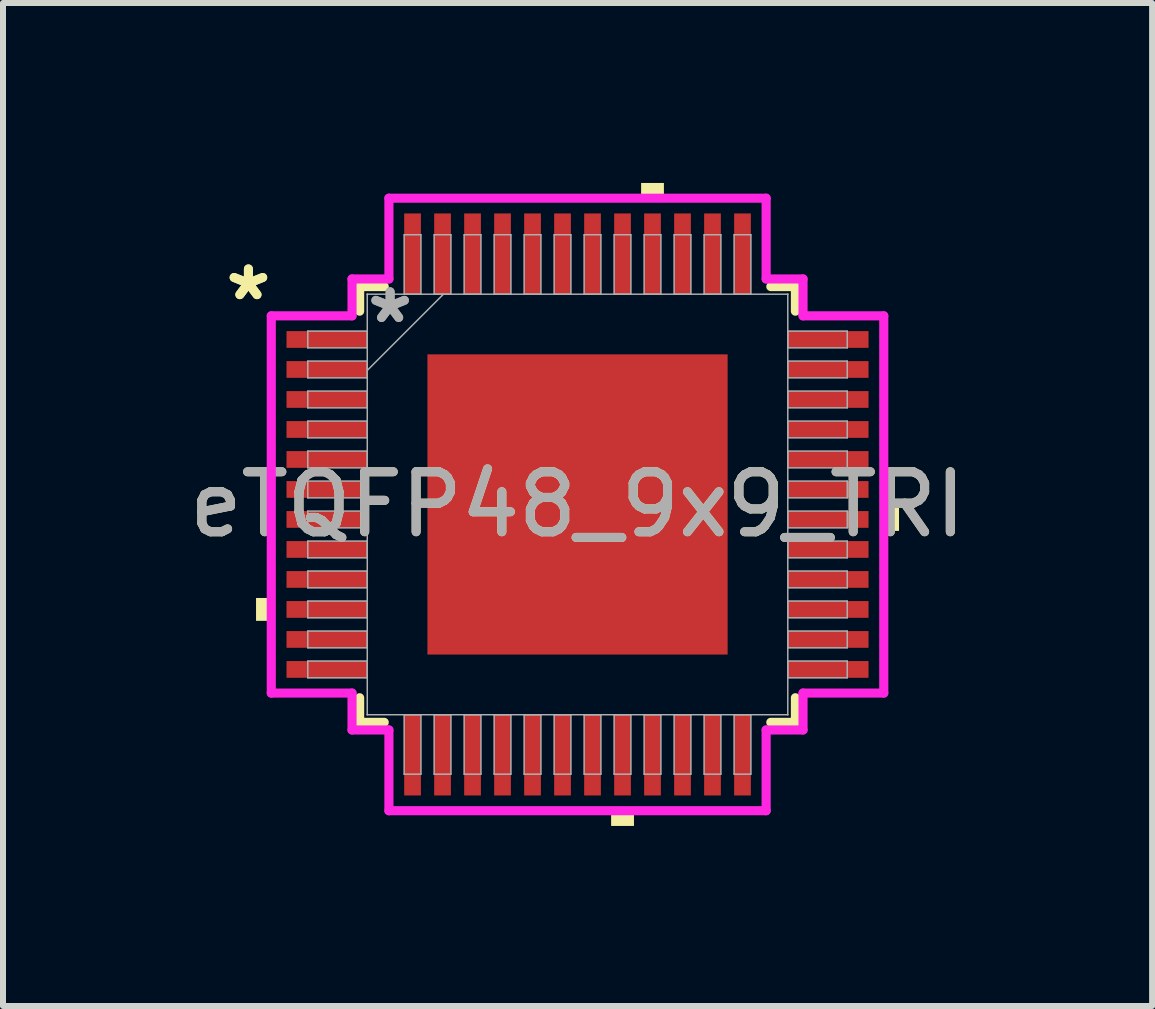
<source format=kicad_pcb>
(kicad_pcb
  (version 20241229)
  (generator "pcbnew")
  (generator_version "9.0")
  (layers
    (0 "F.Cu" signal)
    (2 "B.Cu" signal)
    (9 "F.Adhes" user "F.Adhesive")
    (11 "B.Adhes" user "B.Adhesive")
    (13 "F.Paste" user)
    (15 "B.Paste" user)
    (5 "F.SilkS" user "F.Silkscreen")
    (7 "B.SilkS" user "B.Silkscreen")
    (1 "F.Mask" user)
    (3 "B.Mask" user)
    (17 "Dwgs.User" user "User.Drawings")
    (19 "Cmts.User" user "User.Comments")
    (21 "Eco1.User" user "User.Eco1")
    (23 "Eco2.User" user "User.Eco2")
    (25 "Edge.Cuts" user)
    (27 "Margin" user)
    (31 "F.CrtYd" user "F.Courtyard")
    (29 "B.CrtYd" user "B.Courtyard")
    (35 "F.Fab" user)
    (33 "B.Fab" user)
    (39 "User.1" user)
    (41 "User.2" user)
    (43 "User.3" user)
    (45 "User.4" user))
  (footprint "eTQFP48_9x9_TRI"
    (layer "F.Cu")
    (at 6.577 5.359)
    (property "Reference" "eTQFP48_9x9_TRI" (at 0 0 0) (unlocked yes) (layer "F.SilkS") (effects (font (size 1 1) (thickness 0.15))))
    (attr smd)
    (fp_line (start -3.632 -3.632) (end -3.632 -3.222) (stroke (width 0.152) (type solid)) (layer "F.SilkS"))
    (fp_line (start -3.632 3.222) (end -3.632 3.632) (stroke (width 0.152) (type solid)) (layer "F.SilkS"))
    (fp_line (start -3.632 3.632) (end -3.222 3.632) (stroke (width 0.152) (type solid)) (layer "F.SilkS"))
    (fp_line (start -3.222 -3.632) (end -3.632 -3.632) (stroke (width 0.152) (type solid)) (layer "F.SilkS"))
    (fp_line (start 3.222 3.632) (end 3.632 3.632) (stroke (width 0.152) (type solid)) (layer "F.SilkS"))
    (fp_line (start 3.632 -3.632) (end 3.222 -3.632) (stroke (width 0.152) (type solid)) (layer "F.SilkS"))
    (fp_line (start 3.632 -3.222) (end 3.632 -3.632) (stroke (width 0.152) (type solid)) (layer "F.SilkS"))
    (fp_line (start 3.632 3.632) (end 3.632 3.222) (stroke (width 0.152) (type solid)) (layer "F.SilkS"))
    (fp_poly (pts (xy -5.359 1.559) (xy -5.359 1.94) (xy -5.105 1.94) (xy -5.105 1.559)) (stroke (width 0) (type solid)) (fill yes) (layer "F.SilkS"))
    (fp_poly (pts (xy 0.56 5.105) (xy 0.56 5.359) (xy 0.941 5.359) (xy 0.941 5.105)) (stroke (width 0) (type solid)) (fill yes) (layer "F.SilkS"))
    (fp_poly (pts (xy 1.06 -5.105) (xy 1.06 -5.359) (xy 1.44 -5.359) (xy 1.44 -5.105)) (stroke (width 0) (type solid)) (fill yes) (layer "F.SilkS"))
    (fp_poly (pts (xy 5.359 0.059) (xy 5.359 0.441) (xy 5.105 0.441) (xy 5.105 0.059)) (stroke (width 0) (type solid)) (fill yes) (layer "F.SilkS"))
    (fp_poly (pts (xy -2.402 -2.402) (xy -2.402 -0.934) (xy -0.934 -0.934) (xy -0.934 -2.402)) (stroke (width 0) (type solid)) (fill yes) (layer "F.Paste"))
    (fp_poly (pts (xy -2.402 -0.734) (xy -2.402 0.734) (xy -0.934 0.734) (xy -0.934 -0.734)) (stroke (width 0) (type solid)) (fill yes) (layer "F.Paste"))
    (fp_poly (pts (xy -2.402 0.934) (xy -2.402 2.402) (xy -0.934 2.402) (xy -0.934 0.934)) (stroke (width 0) (type solid)) (fill yes) (layer "F.Paste"))
    (fp_poly (pts (xy -0.734 -2.402) (xy -0.734 -0.934) (xy 0.734 -0.934) (xy 0.734 -2.402)) (stroke (width 0) (type solid)) (fill yes) (layer "F.Paste"))
    (fp_poly (pts (xy -0.734 -0.734) (xy -0.734 0.734) (xy 0.734 0.734) (xy 0.734 -0.734)) (stroke (width 0) (type solid)) (fill yes) (layer "F.Paste"))
    (fp_poly (pts (xy -0.734 0.934) (xy -0.734 2.402) (xy 0.734 2.402) (xy 0.734 0.934)) (stroke (width 0) (type solid)) (fill yes) (layer "F.Paste"))
    (fp_poly (pts (xy 0.934 -2.402) (xy 0.934 -0.934) (xy 2.402 -0.934) (xy 2.402 -2.402)) (stroke (width 0) (type solid)) (fill yes) (layer "F.Paste"))
    (fp_poly (pts (xy 0.934 -0.734) (xy 0.934 0.734) (xy 2.402 0.734) (xy 2.402 -0.734)) (stroke (width 0) (type solid)) (fill yes) (layer "F.Paste"))
    (fp_poly (pts (xy 0.934 0.934) (xy 0.934 2.402) (xy 2.402 2.402) (xy 2.402 0.934)) (stroke (width 0) (type solid)) (fill yes) (layer "F.Paste"))
    (fp_line (start -5.105 -3.144) (end -3.759 -3.144) (stroke (width 0.152) (type solid)) (layer "F.CrtYd"))
    (fp_line (start -5.105 3.144) (end -5.105 -3.144) (stroke (width 0.152) (type solid)) (layer "F.CrtYd"))
    (fp_line (start -3.759 -3.759) (end -3.144 -3.759) (stroke (width 0.152) (type solid)) (layer "F.CrtYd"))
    (fp_line (start -3.759 -3.144) (end -3.759 -3.759) (stroke (width 0.152) (type solid)) (layer "F.CrtYd"))
    (fp_line (start -3.759 3.144) (end -5.105 3.144) (stroke (width 0.152) (type solid)) (layer "F.CrtYd"))
    (fp_line (start -3.759 3.759) (end -3.759 3.144) (stroke (width 0.152) (type solid)) (layer "F.CrtYd"))
    (fp_line (start -3.759 3.759) (end -3.144 3.759) (stroke (width 0.152) (type solid)) (layer "F.CrtYd"))
    (fp_line (start -3.144 -5.105) (end 3.144 -5.105) (stroke (width 0.152) (type solid)) (layer "F.CrtYd"))
    (fp_line (start -3.144 -3.759) (end -3.144 -5.105) (stroke (width 0.152) (type solid)) (layer "F.CrtYd"))
    (fp_line (start -3.144 3.759) (end -3.144 5.105) (stroke (width 0.152) (type solid)) (layer "F.CrtYd"))
    (fp_line (start -3.144 5.105) (end 3.144 5.105) (stroke (width 0.152) (type solid)) (layer "F.CrtYd"))
    (fp_line (start 3.144 -5.105) (end 3.144 -3.759) (stroke (width 0.152) (type solid)) (layer "F.CrtYd"))
    (fp_line (start 3.144 -3.759) (end 3.759 -3.759) (stroke (width 0.152) (type solid)) (layer "F.CrtYd"))
    (fp_line (start 3.144 3.759) (end 3.759 3.759) (stroke (width 0.152) (type solid)) (layer "F.CrtYd"))
    (fp_line (start 3.144 5.105) (end 3.144 3.759) (stroke (width 0.152) (type solid)) (layer "F.CrtYd"))
    (fp_line (start 3.759 -3.144) (end 3.759 -3.759) (stroke (width 0.152) (type solid)) (layer "F.CrtYd"))
    (fp_line (start 3.759 3.144) (end 5.105 3.144) (stroke (width 0.152) (type solid)) (layer "F.CrtYd"))
    (fp_line (start 3.759 3.759) (end 3.759 3.144) (stroke (width 0.152) (type solid)) (layer "F.CrtYd"))
    (fp_line (start 5.105 -3.144) (end 3.759 -3.144) (stroke (width 0.152) (type solid)) (layer "F.CrtYd"))
    (fp_line (start 5.105 3.144) (end 5.105 -3.144) (stroke (width 0.152) (type solid)) (layer "F.CrtYd"))
    (fp_line (start -4.496 -2.89) (end -4.496 -2.61) (stroke (width 0.025) (type solid)) (layer "F.Fab"))
    (fp_line (start -4.496 -2.61) (end -3.505 -2.61) (stroke (width 0.025) (type solid)) (layer "F.Fab"))
    (fp_line (start -4.496 -2.39) (end -4.496 -2.11) (stroke (width 0.025) (type solid)) (layer "F.Fab"))
    (fp_line (start -4.496 -2.11) (end -3.505 -2.11) (stroke (width 0.025) (type solid)) (layer "F.Fab"))
    (fp_line (start -4.496 -1.89) (end -4.496 -1.61) (stroke (width 0.025) (type solid)) (layer "F.Fab"))
    (fp_line (start -4.496 -1.61) (end -3.505 -1.61) (stroke (width 0.025) (type solid)) (layer "F.Fab"))
    (fp_line (start -4.496 -1.39) (end -4.496 -1.11) (stroke (width 0.025) (type solid)) (layer "F.Fab"))
    (fp_line (start -4.496 -1.11) (end -3.505 -1.11) (stroke (width 0.025) (type solid)) (layer "F.Fab"))
    (fp_line (start -4.496 -0.89) (end -4.496 -0.61) (stroke (width 0.025) (type solid)) (layer "F.Fab"))
    (fp_line (start -4.496 -0.61) (end -3.505 -0.61) (stroke (width 0.025) (type solid)) (layer "F.Fab"))
    (fp_line (start -4.496 -0.39) (end -4.496 -0.11) (stroke (width 0.025) (type solid)) (layer "F.Fab"))
    (fp_line (start -4.496 -0.11) (end -3.505 -0.11) (stroke (width 0.025) (type solid)) (layer "F.Fab"))
    (fp_line (start -4.496 0.11) (end -4.496 0.39) (stroke (width 0.025) (type solid)) (layer "F.Fab"))
    (fp_line (start -4.496 0.39) (end -3.505 0.39) (stroke (width 0.025) (type solid)) (layer "F.Fab"))
    (fp_line (start -4.496 0.61) (end -4.496 0.89) (stroke (width 0.025) (type solid)) (layer "F.Fab"))
    (fp_line (start -4.496 0.89) (end -3.505 0.89) (stroke (width 0.025) (type solid)) (layer "F.Fab"))
    (fp_line (start -4.496 1.11) (end -4.496 1.39) (stroke (width 0.025) (type solid)) (layer "F.Fab"))
    (fp_line (start -4.496 1.39) (end -3.505 1.39) (stroke (width 0.025) (type solid)) (layer "F.Fab"))
    (fp_line (start -4.496 1.61) (end -4.496 1.89) (stroke (width 0.025) (type solid)) (layer "F.Fab"))
    (fp_line (start -4.496 1.89) (end -3.505 1.89) (stroke (width 0.025) (type solid)) (layer "F.Fab"))
    (fp_line (start -4.496 2.11) (end -4.496 2.39) (stroke (width 0.025) (type solid)) (layer "F.Fab"))
    (fp_line (start -4.496 2.39) (end -3.505 2.39) (stroke (width 0.025) (type solid)) (layer "F.Fab"))
    (fp_line (start -4.496 2.61) (end -4.496 2.89) (stroke (width 0.025) (type solid)) (layer "F.Fab"))
    (fp_line (start -4.496 2.89) (end -3.505 2.89) (stroke (width 0.025) (type solid)) (layer "F.Fab"))
    (fp_line (start -3.505 -3.505) (end -3.505 -3.505) (stroke (width 0.025) (type solid)) (layer "F.Fab"))
    (fp_line (start -3.505 -3.505) (end -3.505 3.505) (stroke (width 0.025) (type solid)) (layer "F.Fab"))
    (fp_line (start -3.505 -2.89) (end -4.496 -2.89) (stroke (width 0.025) (type solid)) (layer "F.Fab"))
    (fp_line (start -3.505 -2.61) (end -3.505 -2.89) (stroke (width 0.025) (type solid)) (layer "F.Fab"))
    (fp_line (start -3.505 -2.39) (end -4.496 -2.39) (stroke (width 0.025) (type solid)) (layer "F.Fab"))
    (fp_line (start -3.505 -2.235) (end -2.235 -3.505) (stroke (width 0.025) (type solid)) (layer "F.Fab"))
    (fp_line (start -3.505 -2.11) (end -3.505 -2.39) (stroke (width 0.025) (type solid)) (layer "F.Fab"))
    (fp_line (start -3.505 -1.89) (end -4.496 -1.89) (stroke (width 0.025) (type solid)) (layer "F.Fab"))
    (fp_line (start -3.505 -1.61) (end -3.505 -1.89) (stroke (width 0.025) (type solid)) (layer "F.Fab"))
    (fp_line (start -3.505 -1.39) (end -4.496 -1.39) (stroke (width 0.025) (type solid)) (layer "F.Fab"))
    (fp_line (start -3.505 -1.11) (end -3.505 -1.39) (stroke (width 0.025) (type solid)) (layer "F.Fab"))
    (fp_line (start -3.505 -0.89) (end -4.496 -0.89) (stroke (width 0.025) (type solid)) (layer "F.Fab"))
    (fp_line (start -3.505 -0.61) (end -3.505 -0.89) (stroke (width 0.025) (type solid)) (layer "F.Fab"))
    (fp_line (start -3.505 -0.39) (end -4.496 -0.39) (stroke (width 0.025) (type solid)) (layer "F.Fab"))
    (fp_line (start -3.505 -0.11) (end -3.505 -0.39) (stroke (width 0.025) (type solid)) (layer "F.Fab"))
    (fp_line (start -3.505 0.11) (end -4.496 0.11) (stroke (width 0.025) (type solid)) (layer "F.Fab"))
    (fp_line (start -3.505 0.39) (end -3.505 0.11) (stroke (width 0.025) (type solid)) (layer "F.Fab"))
    (fp_line (start -3.505 0.61) (end -4.496 0.61) (stroke (width 0.025) (type solid)) (layer "F.Fab"))
    (fp_line (start -3.505 0.89) (end -3.505 0.61) (stroke (width 0.025) (type solid)) (layer "F.Fab"))
    (fp_line (start -3.505 1.11) (end -4.496 1.11) (stroke (width 0.025) (type solid)) (layer "F.Fab"))
    (fp_line (start -3.505 1.39) (end -3.505 1.11) (stroke (width 0.025) (type solid)) (layer "F.Fab"))
    (fp_line (start -3.505 1.61) (end -4.496 1.61) (stroke (width 0.025) (type solid)) (layer "F.Fab"))
    (fp_line (start -3.505 1.89) (end -3.505 1.61) (stroke (width 0.025) (type solid)) (layer "F.Fab"))
    (fp_line (start -3.505 2.11) (end -4.496 2.11) (stroke (width 0.025) (type solid)) (layer "F.Fab"))
    (fp_line (start -3.505 2.39) (end -3.505 2.11) (stroke (width 0.025) (type solid)) (layer "F.Fab"))
    (fp_line (start -3.505 2.61) (end -4.496 2.61) (stroke (width 0.025) (type solid)) (layer "F.Fab"))
    (fp_line (start -3.505 2.89) (end -3.505 2.61) (stroke (width 0.025) (type solid)) (layer "F.Fab"))
    (fp_line (start -3.505 3.505) (end -3.505 3.505) (stroke (width 0.025) (type solid)) (layer "F.Fab"))
    (fp_line (start -3.505 3.505) (end 3.505 3.505) (stroke (width 0.025) (type solid)) (layer "F.Fab"))
    (fp_line (start -2.89 -4.496) (end -2.89 -3.505) (stroke (width 0.025) (type solid)) (layer "F.Fab"))
    (fp_line (start -2.89 -3.505) (end -2.61 -3.505) (stroke (width 0.025) (type solid)) (layer "F.Fab"))
    (fp_line (start -2.89 3.505) (end -2.89 4.496) (stroke (width 0.025) (type solid)) (layer "F.Fab"))
    (fp_line (start -2.89 4.496) (end -2.61 4.496) (stroke (width 0.025) (type solid)) (layer "F.Fab"))
    (fp_line (start -2.61 -4.496) (end -2.89 -4.496) (stroke (width 0.025) (type solid)) (layer "F.Fab"))
    (fp_line (start -2.61 -3.505) (end -2.61 -4.496) (stroke (width 0.025) (type solid)) (layer "F.Fab"))
    (fp_line (start -2.61 3.505) (end -2.89 3.505) (stroke (width 0.025) (type solid)) (layer "F.Fab"))
    (fp_line (start -2.61 4.496) (end -2.61 3.505) (stroke (width 0.025) (type solid)) (layer "F.Fab"))
    (fp_line (start -2.39 -4.496) (end -2.39 -3.505) (stroke (width 0.025) (type solid)) (layer "F.Fab"))
    (fp_line (start -2.39 -3.505) (end -2.11 -3.505) (stroke (width 0.025) (type solid)) (layer "F.Fab"))
    (fp_line (start -2.39 3.505) (end -2.39 4.496) (stroke (width 0.025) (type solid)) (layer "F.Fab"))
    (fp_line (start -2.39 4.496) (end -2.11 4.496) (stroke (width 0.025) (type solid)) (layer "F.Fab"))
    (fp_line (start -2.11 -4.496) (end -2.39 -4.496) (stroke (width 0.025) (type solid)) (layer "F.Fab"))
    (fp_line (start -2.11 -3.505) (end -2.11 -4.496) (stroke (width 0.025) (type solid)) (layer "F.Fab"))
    (fp_line (start -2.11 3.505) (end -2.39 3.505) (stroke (width 0.025) (type solid)) (layer "F.Fab"))
    (fp_line (start -2.11 4.496) (end -2.11 3.505) (stroke (width 0.025) (type solid)) (layer "F.Fab"))
    (fp_line (start -1.89 -4.496) (end -1.89 -3.505) (stroke (width 0.025) (type solid)) (layer "F.Fab"))
    (fp_line (start -1.89 -3.505) (end -1.61 -3.505) (stroke (width 0.025) (type solid)) (layer "F.Fab"))
    (fp_line (start -1.89 3.505) (end -1.89 4.496) (stroke (width 0.025) (type solid)) (layer "F.Fab"))
    (fp_line (start -1.89 4.496) (end -1.61 4.496) (stroke (width 0.025) (type solid)) (layer "F.Fab"))
    (fp_line (start -1.61 -4.496) (end -1.89 -4.496) (stroke (width 0.025) (type solid)) (layer "F.Fab"))
    (fp_line (start -1.61 -3.505) (end -1.61 -4.496) (stroke (width 0.025) (type solid)) (layer "F.Fab"))
    (fp_line (start -1.61 3.505) (end -1.89 3.505) (stroke (width 0.025) (type solid)) (layer "F.Fab"))
    (fp_line (start -1.61 4.496) (end -1.61 3.505) (stroke (width 0.025) (type solid)) (layer "F.Fab"))
    (fp_line (start -1.39 -4.496) (end -1.39 -3.505) (stroke (width 0.025) (type solid)) (layer "F.Fab"))
    (fp_line (start -1.39 -3.505) (end -1.11 -3.505) (stroke (width 0.025) (type solid)) (layer "F.Fab"))
    (fp_line (start -1.39 3.505) (end -1.39 4.496) (stroke (width 0.025) (type solid)) (layer "F.Fab"))
    (fp_line (start -1.39 4.496) (end -1.11 4.496) (stroke (width 0.025) (type solid)) (layer "F.Fab"))
    (fp_line (start -1.11 -4.496) (end -1.39 -4.496) (stroke (width 0.025) (type solid)) (layer "F.Fab"))
    (fp_line (start -1.11 -3.505) (end -1.11 -4.496) (stroke (width 0.025) (type solid)) (layer "F.Fab"))
    (fp_line (start -1.11 3.505) (end -1.39 3.505) (stroke (width 0.025) (type solid)) (layer "F.Fab"))
    (fp_line (start -1.11 4.496) (end -1.11 3.505) (stroke (width 0.025) (type solid)) (layer "F.Fab"))
    (fp_line (start -0.89 -4.496) (end -0.89 -3.505) (stroke (width 0.025) (type solid)) (layer "F.Fab"))
    (fp_line (start -0.89 -3.505) (end -0.61 -3.505) (stroke (width 0.025) (type solid)) (layer "F.Fab"))
    (fp_line (start -0.89 3.505) (end -0.89 4.496) (stroke (width 0.025) (type solid)) (layer "F.Fab"))
    (fp_line (start -0.89 4.496) (end -0.61 4.496) (stroke (width 0.025) (type solid)) (layer "F.Fab"))
    (fp_line (start -0.61 -4.496) (end -0.89 -4.496) (stroke (width 0.025) (type solid)) (layer "F.Fab"))
    (fp_line (start -0.61 -3.505) (end -0.61 -4.496) (stroke (width 0.025) (type solid)) (layer "F.Fab"))
    (fp_line (start -0.61 3.505) (end -0.89 3.505) (stroke (width 0.025) (type solid)) (layer "F.Fab"))
    (fp_line (start -0.61 4.496) (end -0.61 3.505) (stroke (width 0.025) (type solid)) (layer "F.Fab"))
    (fp_line (start -0.39 -4.496) (end -0.39 -3.505) (stroke (width 0.025) (type solid)) (layer "F.Fab"))
    (fp_line (start -0.39 -3.505) (end -0.11 -3.505) (stroke (width 0.025) (type solid)) (layer "F.Fab"))
    (fp_line (start -0.39 3.505) (end -0.39 4.496) (stroke (width 0.025) (type solid)) (layer "F.Fab"))
    (fp_line (start -0.39 4.496) (end -0.11 4.496) (stroke (width 0.025) (type solid)) (layer "F.Fab"))
    (fp_line (start -0.11 -4.496) (end -0.39 -4.496) (stroke (width 0.025) (type solid)) (layer "F.Fab"))
    (fp_line (start -0.11 -3.505) (end -0.11 -4.496) (stroke (width 0.025) (type solid)) (layer "F.Fab"))
    (fp_line (start -0.11 3.505) (end -0.39 3.505) (stroke (width 0.025) (type solid)) (layer "F.Fab"))
    (fp_line (start -0.11 4.496) (end -0.11 3.505) (stroke (width 0.025) (type solid)) (layer "F.Fab"))
    (fp_line (start 0.11 -4.496) (end 0.11 -3.505) (stroke (width 0.025) (type solid)) (layer "F.Fab"))
    (fp_line (start 0.11 -3.505) (end 0.39 -3.505) (stroke (width 0.025) (type solid)) (layer "F.Fab"))
    (fp_line (start 0.11 3.505) (end 0.11 4.496) (stroke (width 0.025) (type solid)) (layer "F.Fab"))
    (fp_line (start 0.11 4.496) (end 0.39 4.496) (stroke (width 0.025) (type solid)) (layer "F.Fab"))
    (fp_line (start 0.39 -4.496) (end 0.11 -4.496) (stroke (width 0.025) (type solid)) (layer "F.Fab"))
    (fp_line (start 0.39 -3.505) (end 0.39 -4.496) (stroke (width 0.025) (type solid)) (layer "F.Fab"))
    (fp_line (start 0.39 3.505) (end 0.11 3.505) (stroke (width 0.025) (type solid)) (layer "F.Fab"))
    (fp_line (start 0.39 4.496) (end 0.39 3.505) (stroke (width 0.025) (type solid)) (layer "F.Fab"))
    (fp_line (start 0.61 -4.496) (end 0.61 -3.505) (stroke (width 0.025) (type solid)) (layer "F.Fab"))
    (fp_line (start 0.61 -3.505) (end 0.89 -3.505) (stroke (width 0.025) (type solid)) (layer "F.Fab"))
    (fp_line (start 0.61 3.505) (end 0.61 4.496) (stroke (width 0.025) (type solid)) (layer "F.Fab"))
    (fp_line (start 0.61 4.496) (end 0.89 4.496) (stroke (width 0.025) (type solid)) (layer "F.Fab"))
    (fp_line (start 0.89 -4.496) (end 0.61 -4.496) (stroke (width 0.025) (type solid)) (layer "F.Fab"))
    (fp_line (start 0.89 -3.505) (end 0.89 -4.496) (stroke (width 0.025) (type solid)) (layer "F.Fab"))
    (fp_line (start 0.89 3.505) (end 0.61 3.505) (stroke (width 0.025) (type solid)) (layer "F.Fab"))
    (fp_line (start 0.89 4.496) (end 0.89 3.505) (stroke (width 0.025) (type solid)) (layer "F.Fab"))
    (fp_line (start 1.11 -4.496) (end 1.11 -3.505) (stroke (width 0.025) (type solid)) (layer "F.Fab"))
    (fp_line (start 1.11 -3.505) (end 1.39 -3.505) (stroke (width 0.025) (type solid)) (layer "F.Fab"))
    (fp_line (start 1.11 3.505) (end 1.11 4.496) (stroke (width 0.025) (type solid)) (layer "F.Fab"))
    (fp_line (start 1.11 4.496) (end 1.39 4.496) (stroke (width 0.025) (type solid)) (layer "F.Fab"))
    (fp_line (start 1.39 -4.496) (end 1.11 -4.496) (stroke (width 0.025) (type solid)) (layer "F.Fab"))
    (fp_line (start 1.39 -3.505) (end 1.39 -4.496) (stroke (width 0.025) (type solid)) (layer "F.Fab"))
    (fp_line (start 1.39 3.505) (end 1.11 3.505) (stroke (width 0.025) (type solid)) (layer "F.Fab"))
    (fp_line (start 1.39 4.496) (end 1.39 3.505) (stroke (width 0.025) (type solid)) (layer "F.Fab"))
    (fp_line (start 1.61 -4.496) (end 1.61 -3.505) (stroke (width 0.025) (type solid)) (layer "F.Fab"))
    (fp_line (start 1.61 -3.505) (end 1.89 -3.505) (stroke (width 0.025) (type solid)) (layer "F.Fab"))
    (fp_line (start 1.61 3.505) (end 1.61 4.496) (stroke (width 0.025) (type solid)) (layer "F.Fab"))
    (fp_line (start 1.61 4.496) (end 1.89 4.496) (stroke (width 0.025) (type solid)) (layer "F.Fab"))
    (fp_line (start 1.89 -4.496) (end 1.61 -4.496) (stroke (width 0.025) (type solid)) (layer "F.Fab"))
    (fp_line (start 1.89 -3.505) (end 1.89 -4.496) (stroke (width 0.025) (type solid)) (layer "F.Fab"))
    (fp_line (start 1.89 3.505) (end 1.61 3.505) (stroke (width 0.025) (type solid)) (layer "F.Fab"))
    (fp_line (start 1.89 4.496) (end 1.89 3.505) (stroke (width 0.025) (type solid)) (layer "F.Fab"))
    (fp_line (start 2.11 -4.496) (end 2.11 -3.505) (stroke (width 0.025) (type solid)) (layer "F.Fab"))
    (fp_line (start 2.11 -3.505) (end 2.39 -3.505) (stroke (width 0.025) (type solid)) (layer "F.Fab"))
    (fp_line (start 2.11 3.505) (end 2.11 4.496) (stroke (width 0.025) (type solid)) (layer "F.Fab"))
    (fp_line (start 2.11 4.496) (end 2.39 4.496) (stroke (width 0.025) (type solid)) (layer "F.Fab"))
    (fp_line (start 2.39 -4.496) (end 2.11 -4.496) (stroke (width 0.025) (type solid)) (layer "F.Fab"))
    (fp_line (start 2.39 -3.505) (end 2.39 -4.496) (stroke (width 0.025) (type solid)) (layer "F.Fab"))
    (fp_line (start 2.39 3.505) (end 2.11 3.505) (stroke (width 0.025) (type solid)) (layer "F.Fab"))
    (fp_line (start 2.39 4.496) (end 2.39 3.505) (stroke (width 0.025) (type solid)) (layer "F.Fab"))
    (fp_line (start 2.61 -4.496) (end 2.61 -3.505) (stroke (width 0.025) (type solid)) (layer "F.Fab"))
    (fp_line (start 2.61 -3.505) (end 2.89 -3.505) (stroke (width 0.025) (type solid)) (layer "F.Fab"))
    (fp_line (start 2.61 3.505) (end 2.61 4.496) (stroke (width 0.025) (type solid)) (layer "F.Fab"))
    (fp_line (start 2.61 4.496) (end 2.89 4.496) (stroke (width 0.025) (type solid)) (layer "F.Fab"))
    (fp_line (start 2.89 -4.496) (end 2.61 -4.496) (stroke (width 0.025) (type solid)) (layer "F.Fab"))
    (fp_line (start 2.89 -3.505) (end 2.89 -4.496) (stroke (width 0.025) (type solid)) (layer "F.Fab"))
    (fp_line (start 2.89 3.505) (end 2.61 3.505) (stroke (width 0.025) (type solid)) (layer "F.Fab"))
    (fp_line (start 2.89 4.496) (end 2.89 3.505) (stroke (width 0.025) (type solid)) (layer "F.Fab"))
    (fp_line (start 3.505 -3.505) (end -3.505 -3.505) (stroke (width 0.025) (type solid)) (layer "F.Fab"))
    (fp_line (start 3.505 -3.505) (end 3.505 -3.505) (stroke (width 0.025) (type solid)) (layer "F.Fab"))
    (fp_line (start 3.505 -2.89) (end 3.505 -2.61) (stroke (width 0.025) (type solid)) (layer "F.Fab"))
    (fp_line (start 3.505 -2.61) (end 4.496 -2.61) (stroke (width 0.025) (type solid)) (layer "F.Fab"))
    (fp_line (start 3.505 -2.39) (end 3.505 -2.11) (stroke (width 0.025) (type solid)) (layer "F.Fab"))
    (fp_line (start 3.505 -2.11) (end 4.496 -2.11) (stroke (width 0.025) (type solid)) (layer "F.Fab"))
    (fp_line (start 3.505 -1.89) (end 3.505 -1.61) (stroke (width 0.025) (type solid)) (layer "F.Fab"))
    (fp_line (start 3.505 -1.61) (end 4.496 -1.61) (stroke (width 0.025) (type solid)) (layer "F.Fab"))
    (fp_line (start 3.505 -1.39) (end 3.505 -1.11) (stroke (width 0.025) (type solid)) (layer "F.Fab"))
    (fp_line (start 3.505 -1.11) (end 4.496 -1.11) (stroke (width 0.025) (type solid)) (layer "F.Fab"))
    (fp_line (start 3.505 -0.89) (end 3.505 -0.61) (stroke (width 0.025) (type solid)) (layer "F.Fab"))
    (fp_line (start 3.505 -0.61) (end 4.496 -0.61) (stroke (width 0.025) (type solid)) (layer "F.Fab"))
    (fp_line (start 3.505 -0.39) (end 3.505 -0.11) (stroke (width 0.025) (type solid)) (layer "F.Fab"))
    (fp_line (start 3.505 -0.11) (end 4.496 -0.11) (stroke (width 0.025) (type solid)) (layer "F.Fab"))
    (fp_line (start 3.505 0.11) (end 3.505 0.39) (stroke (width 0.025) (type solid)) (layer "F.Fab"))
    (fp_line (start 3.505 0.39) (end 4.496 0.39) (stroke (width 0.025) (type solid)) (layer "F.Fab"))
    (fp_line (start 3.505 0.61) (end 3.505 0.89) (stroke (width 0.025) (type solid)) (layer "F.Fab"))
    (fp_line (start 3.505 0.89) (end 4.496 0.89) (stroke (width 0.025) (type solid)) (layer "F.Fab"))
    (fp_line (start 3.505 1.11) (end 3.505 1.39) (stroke (width 0.025) (type solid)) (layer "F.Fab"))
    (fp_line (start 3.505 1.39) (end 4.496 1.39) (stroke (width 0.025) (type solid)) (layer "F.Fab"))
    (fp_line (start 3.505 1.61) (end 3.505 1.89) (stroke (width 0.025) (type solid)) (layer "F.Fab"))
    (fp_line (start 3.505 1.89) (end 4.496 1.89) (stroke (width 0.025) (type solid)) (layer "F.Fab"))
    (fp_line (start 3.505 2.11) (end 3.505 2.39) (stroke (width 0.025) (type solid)) (layer "F.Fab"))
    (fp_line (start 3.505 2.39) (end 4.496 2.39) (stroke (width 0.025) (type solid)) (layer "F.Fab"))
    (fp_line (start 3.505 2.61) (end 3.505 2.89) (stroke (width 0.025) (type solid)) (layer "F.Fab"))
    (fp_line (start 3.505 2.89) (end 4.496 2.89) (stroke (width 0.025) (type solid)) (layer "F.Fab"))
    (fp_line (start 3.505 3.505) (end 3.505 -3.505) (stroke (width 0.025) (type solid)) (layer "F.Fab"))
    (fp_line (start 3.505 3.505) (end 3.505 3.505) (stroke (width 0.025) (type solid)) (layer "F.Fab"))
    (fp_line (start 4.496 -2.89) (end 3.505 -2.89) (stroke (width 0.025) (type solid)) (layer "F.Fab"))
    (fp_line (start 4.496 -2.61) (end 4.496 -2.89) (stroke (width 0.025) (type solid)) (layer "F.Fab"))
    (fp_line (start 4.496 -2.39) (end 3.505 -2.39) (stroke (width 0.025) (type solid)) (layer "F.Fab"))
    (fp_line (start 4.496 -2.11) (end 4.496 -2.39) (stroke (width 0.025) (type solid)) (layer "F.Fab"))
    (fp_line (start 4.496 -1.89) (end 3.505 -1.89) (stroke (width 0.025) (type solid)) (layer "F.Fab"))
    (fp_line (start 4.496 -1.61) (end 4.496 -1.89) (stroke (width 0.025) (type solid)) (layer "F.Fab"))
    (fp_line (start 4.496 -1.39) (end 3.505 -1.39) (stroke (width 0.025) (type solid)) (layer "F.Fab"))
    (fp_line (start 4.496 -1.11) (end 4.496 -1.39) (stroke (width 0.025) (type solid)) (layer "F.Fab"))
    (fp_line (start 4.496 -0.89) (end 3.505 -0.89) (stroke (width 0.025) (type solid)) (layer "F.Fab"))
    (fp_line (start 4.496 -0.61) (end 4.496 -0.89) (stroke (width 0.025) (type solid)) (layer "F.Fab"))
    (fp_line (start 4.496 -0.39) (end 3.505 -0.39) (stroke (width 0.025) (type solid)) (layer "F.Fab"))
    (fp_line (start 4.496 -0.11) (end 4.496 -0.39) (stroke (width 0.025) (type solid)) (layer "F.Fab"))
    (fp_line (start 4.496 0.11) (end 3.505 0.11) (stroke (width 0.025) (type solid)) (layer "F.Fab"))
    (fp_line (start 4.496 0.39) (end 4.496 0.11) (stroke (width 0.025) (type solid)) (layer "F.Fab"))
    (fp_line (start 4.496 0.61) (end 3.505 0.61) (stroke (width 0.025) (type solid)) (layer "F.Fab"))
    (fp_line (start 4.496 0.89) (end 4.496 0.61) (stroke (width 0.025) (type solid)) (layer "F.Fab"))
    (fp_line (start 4.496 1.11) (end 3.505 1.11) (stroke (width 0.025) (type solid)) (layer "F.Fab"))
    (fp_line (start 4.496 1.39) (end 4.496 1.11) (stroke (width 0.025) (type solid)) (layer "F.Fab"))
    (fp_line (start 4.496 1.61) (end 3.505 1.61) (stroke (width 0.025) (type solid)) (layer "F.Fab"))
    (fp_line (start 4.496 1.89) (end 4.496 1.61) (stroke (width 0.025) (type solid)) (layer "F.Fab"))
    (fp_line (start 4.496 2.11) (end 3.505 2.11) (stroke (width 0.025) (type solid)) (layer "F.Fab"))
    (fp_line (start 4.496 2.39) (end 4.496 2.11) (stroke (width 0.025) (type solid)) (layer "F.Fab"))
    (fp_line (start 4.496 2.61) (end 3.505 2.61) (stroke (width 0.025) (type solid)) (layer "F.Fab"))
    (fp_line (start 4.496 2.89) (end 4.496 2.61) (stroke (width 0.025) (type solid)) (layer "F.Fab"))
    (fp_text user "*" (at -5.486 -3.381 0) (unlocked yes) (layer "F.SilkS") (effects (font (size 1 1) (thickness 0.15))))
    (fp_text user "*" (at -5.486 -3.381 0) (layer "F.SilkS") (effects (font (size 1 1) (thickness 0.15))))
    (fp_text user "*" (at -3.124 -3 0) (layer "F.Fab") (effects (font (size 1 1) (thickness 0.15))))
    (fp_text user "*" (at -3.124 -3 0) (unlocked yes) (layer "F.Fab") (effects (font (size 1 1) (thickness 0.15))))
    (fp_text user "${REFERENCE}" (at 0 0 0) (unlocked yes) (layer "F.Fab") (effects (font (size 1 1) (thickness 0.15))))
    (pad "1" smd rect (at -4.178 -2.75 90) (size 0.279 1.346) (layers "F.Cu" "F.Mask" "F.Paste"))
    (pad "2" smd rect (at -4.178 -2.25 90) (size 0.279 1.346) (layers "F.Cu" "F.Mask" "F.Paste"))
    (pad "3" smd rect (at -4.178 -1.75 90) (size 0.279 1.346) (layers "F.Cu" "F.Mask" "F.Paste"))
    (pad "4" smd rect (at -4.178 -1.25 90) (size 0.279 1.346) (layers "F.Cu" "F.Mask" "F.Paste"))
    (pad "5" smd rect (at -4.178 -0.75 90) (size 0.279 1.346) (layers "F.Cu" "F.Mask" "F.Paste"))
    (pad "6" smd rect (at -4.178 -0.25 90) (size 0.279 1.346) (layers "F.Cu" "F.Mask" "F.Paste"))
    (pad "7" smd rect (at -4.178 0.25 90) (size 0.279 1.346) (layers "F.Cu" "F.Mask" "F.Paste"))
    (pad "8" smd rect (at -4.178 0.75 90) (size 0.279 1.346) (layers "F.Cu" "F.Mask" "F.Paste"))
    (pad "9" smd rect (at -4.178 1.25 90) (size 0.279 1.346) (layers "F.Cu" "F.Mask" "F.Paste"))
    (pad "10" smd rect (at -4.178 1.75 90) (size 0.279 1.346) (layers "F.Cu" "F.Mask" "F.Paste"))
    (pad "11" smd rect (at -4.178 2.25 90) (size 0.279 1.346) (layers "F.Cu" "F.Mask" "F.Paste"))
    (pad "12" smd rect (at -4.178 2.75 90) (size 0.279 1.346) (layers "F.Cu" "F.Mask" "F.Paste"))
    (pad "13" smd rect (at -2.75 4.178) (size 0.279 1.346) (layers "F.Cu" "F.Mask" "F.Paste"))
    (pad "14" smd rect (at -2.25 4.178) (size 0.279 1.346) (layers "F.Cu" "F.Mask" "F.Paste"))
    (pad "15" smd rect (at -1.75 4.178) (size 0.279 1.346) (layers "F.Cu" "F.Mask" "F.Paste"))
    (pad "16" smd rect (at -1.25 4.178) (size 0.279 1.346) (layers "F.Cu" "F.Mask" "F.Paste"))
    (pad "17" smd rect (at -0.75 4.178) (size 0.279 1.346) (layers "F.Cu" "F.Mask" "F.Paste"))
    (pad "18" smd rect (at -0.25 4.178) (size 0.279 1.346) (layers "F.Cu" "F.Mask" "F.Paste"))
    (pad "19" smd rect (at 0.25 4.178) (size 0.279 1.346) (layers "F.Cu" "F.Mask" "F.Paste"))
    (pad "20" smd rect (at 0.75 4.178) (size 0.279 1.346) (layers "F.Cu" "F.Mask" "F.Paste"))
    (pad "21" smd rect (at 1.25 4.178) (size 0.279 1.346) (layers "F.Cu" "F.Mask" "F.Paste"))
    (pad "22" smd rect (at 1.75 4.178) (size 0.279 1.346) (layers "F.Cu" "F.Mask" "F.Paste"))
    (pad "23" smd rect (at 2.25 4.178) (size 0.279 1.346) (layers "F.Cu" "F.Mask" "F.Paste"))
    (pad "24" smd rect (at 2.75 4.178) (size 0.279 1.346) (layers "F.Cu" "F.Mask" "F.Paste"))
    (pad "25" smd rect (at 4.178 2.75 90) (size 0.279 1.346) (layers "F.Cu" "F.Mask" "F.Paste"))
    (pad "26" smd rect (at 4.178 2.25 90) (size 0.279 1.346) (layers "F.Cu" "F.Mask" "F.Paste"))
    (pad "27" smd rect (at 4.178 1.75 90) (size 0.279 1.346) (layers "F.Cu" "F.Mask" "F.Paste"))
    (pad "28" smd rect (at 4.178 1.25 90) (size 0.279 1.346) (layers "F.Cu" "F.Mask" "F.Paste"))
    (pad "29" smd rect (at 4.178 0.75 90) (size 0.279 1.346) (layers "F.Cu" "F.Mask" "F.Paste"))
    (pad "30" smd rect (at 4.178 0.25 90) (size 0.279 1.346) (layers "F.Cu" "F.Mask" "F.Paste"))
    (pad "31" smd rect (at 4.178 -0.25 90) (size 0.279 1.346) (layers "F.Cu" "F.Mask" "F.Paste"))
    (pad "32" smd rect (at 4.178 -0.75 90) (size 0.279 1.346) (layers "F.Cu" "F.Mask" "F.Paste"))
    (pad "33" smd rect (at 4.178 -1.25 90) (size 0.279 1.346) (layers "F.Cu" "F.Mask" "F.Paste"))
    (pad "34" smd rect (at 4.178 -1.75 90) (size 0.279 1.346) (layers "F.Cu" "F.Mask" "F.Paste"))
    (pad "35" smd rect (at 4.178 -2.25 90) (size 0.279 1.346) (layers "F.Cu" "F.Mask" "F.Paste"))
    (pad "36" smd rect (at 4.178 -2.75 90) (size 0.279 1.346) (layers "F.Cu" "F.Mask" "F.Paste"))
    (pad "37" smd rect (at 2.75 -4.178) (size 0.279 1.346) (layers "F.Cu" "F.Mask" "F.Paste"))
    (pad "38" smd rect (at 2.25 -4.178) (size 0.279 1.346) (layers "F.Cu" "F.Mask" "F.Paste"))
    (pad "39" smd rect (at 1.75 -4.178) (size 0.279 1.346) (layers "F.Cu" "F.Mask" "F.Paste"))
    (pad "40" smd rect (at 1.25 -4.178) (size 0.279 1.346) (layers "F.Cu" "F.Mask" "F.Paste"))
    (pad "41" smd rect (at 0.75 -4.178) (size 0.279 1.346) (layers "F.Cu" "F.Mask" "F.Paste"))
    (pad "42" smd rect (at 0.25 -4.178) (size 0.279 1.346) (layers "F.Cu" "F.Mask" "F.Paste"))
    (pad "43" smd rect (at -0.25 -4.178) (size 0.279 1.346) (layers "F.Cu" "F.Mask" "F.Paste"))
    (pad "44" smd rect (at -0.75 -4.178) (size 0.279 1.346) (layers "F.Cu" "F.Mask" "F.Paste"))
    (pad "45" smd rect (at -1.25 -4.178) (size 0.279 1.346) (layers "F.Cu" "F.Mask" "F.Paste"))
    (pad "46" smd rect (at -1.75 -4.178) (size 0.279 1.346) (layers "F.Cu" "F.Mask" "F.Paste"))
    (pad "47" smd rect (at -2.25 -4.178) (size 0.279 1.346) (layers "F.Cu" "F.Mask" "F.Paste"))
    (pad "48" smd rect (at -2.75 -4.178) (size 0.279 1.346) (layers "F.Cu" "F.Mask" "F.Paste"))
    (pad "49" smd rect (at 0 0) (size 5.004 5.004) (layers "F.Cu" "F.Mask")))
  (gr_rect
    (start -3 -3)
    (end 16.155 13.719)
    (stroke (width 0.1) (type default))
    (fill no)
    (layer "Edge.Cuts")))
</source>
